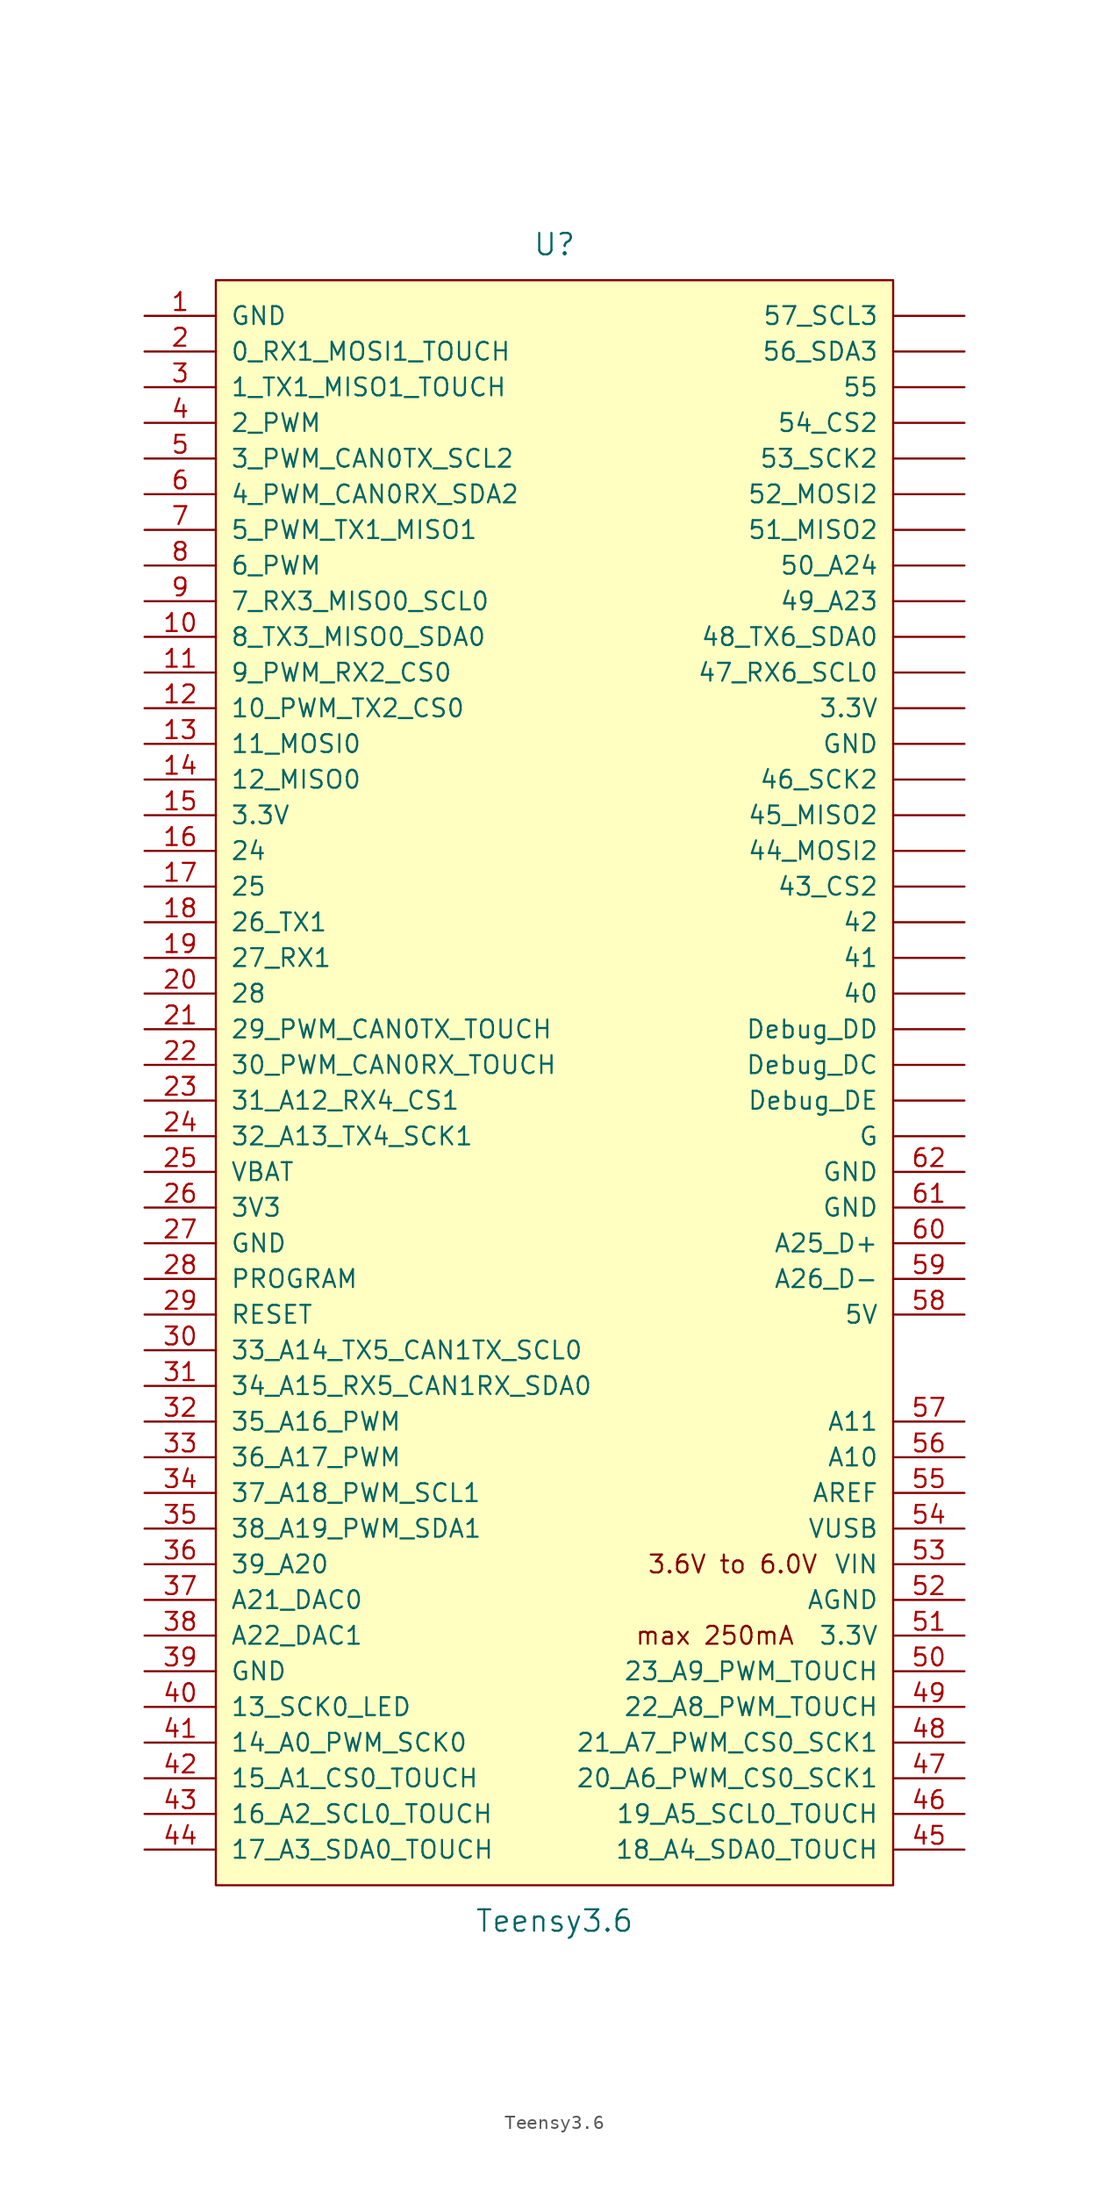
<source format=kicad_sym>
(kicad_symbol_lib
  (version 20211014)
  (generator kicad_symbol_editor)
  (symbol "Teensy3.6"
    (pin_names
      (offset 1.016))
    (property "Reference" "U"
      (at 0 59.69 0)
      (effects (font (size 1.524 1.524))))
    (property "Value" "Teensy3.6"
      (at 0 -59.69 0)
      (effects (font (size 1.524 1.524))))
    (property "Footprint" ""
      (at 0 1.27 0)
      (effects (font (size 1.524 1.524))))
    (property "Datasheet" ""
      (at 0 1.27 0)
      (effects (font (size 1.524 1.524))))
    (symbol "Teensy3.6_0_0"
      (rectangle (start -24.13 57.15) (end 24.13 -57.15) (stroke (width 0) (type default) (color 0 0 0 0)) (fill (type background)))
      (text "3.6V to 6.0V" (at 12.7 -34.29 0) (effects (font (size 1.27 1.27))))
      (text "max 250mA" (at 11.43 -39.37 0) (effects (font (size 1.27 1.27)))))
    (symbol "Teensy3.6_1_1"
      (pin power_in line (at -29.21 54.61 0) (length 5.08) (name "GND" (effects (font (size 1.27 1.27)))) (number "1" (effects (font (size 1.27 1.27)))))
      (pin bidirectional line (at -29.21 31.75 0) (length 5.08) (name "8_TX3_MISO0_SDA0" (effects (font (size 1.27 1.27)))) (number "10" (effects (font (size 1.27 1.27)))))
      (pin bidirectional line (at -29.21 29.21 0) (length 5.08) (name "9_PWM_RX2_CS0" (effects (font (size 1.27 1.27)))) (number "11" (effects (font (size 1.27 1.27)))))
      (pin bidirectional line (at -29.21 26.67 0) (length 5.08) (name "10_PWM_TX2_CS0" (effects (font (size 1.27 1.27)))) (number "12" (effects (font (size 1.27 1.27)))))
      (pin bidirectional line (at -29.21 24.13 0) (length 5.08) (name "11_MOSI0" (effects (font (size 1.27 1.27)))) (number "13" (effects (font (size 1.27 1.27)))))
      (pin bidirectional line (at -29.21 21.59 0) (length 5.08) (name "12_MISO0" (effects (font (size 1.27 1.27)))) (number "14" (effects (font (size 1.27 1.27)))))
      (pin power_in line (at -29.21 19.05 0) (length 5.08) (name "3.3V" (effects (font (size 1.27 1.27)))) (number "15" (effects (font (size 1.27 1.27)))))
      (pin bidirectional line (at -29.21 16.51 0) (length 5.08) (name "24" (effects (font (size 1.27 1.27)))) (number "16" (effects (font (size 1.27 1.27)))))
      (pin bidirectional line (at -29.21 13.97 0) (length 5.08) (name "25" (effects (font (size 1.27 1.27)))) (number "17" (effects (font (size 1.27 1.27)))))
      (pin bidirectional line (at -29.21 11.43 0) (length 5.08) (name "26_TX1" (effects (font (size 1.27 1.27)))) (number "18" (effects (font (size 1.27 1.27)))))
      (pin bidirectional line (at -29.21 8.89 0) (length 5.08) (name "27_RX1" (effects (font (size 1.27 1.27)))) (number "19" (effects (font (size 1.27 1.27)))))
      (pin bidirectional line (at -29.21 52.07 0) (length 5.08) (name "0_RX1_MOSI1_TOUCH" (effects (font (size 1.27 1.27)))) (number "2" (effects (font (size 1.27 1.27)))))
      (pin bidirectional line (at -29.21 6.35 0) (length 5.08) (name "28" (effects (font (size 1.27 1.27)))) (number "20" (effects (font (size 1.27 1.27)))))
      (pin bidirectional line (at -29.21 3.81 0) (length 5.08) (name "29_PWM_CAN0TX_TOUCH" (effects (font (size 1.27 1.27)))) (number "21" (effects (font (size 1.27 1.27)))))
      (pin bidirectional line (at -29.21 1.27 0) (length 5.08) (name "30_PWM_CAN0RX_TOUCH" (effects (font (size 1.27 1.27)))) (number "22" (effects (font (size 1.27 1.27)))))
      (pin bidirectional line (at -29.21 -1.27 0) (length 5.08) (name "31_A12_RX4_CS1" (effects (font (size 1.27 1.27)))) (number "23" (effects (font (size 1.27 1.27)))))
      (pin bidirectional line (at -29.21 -3.81 0) (length 5.08) (name "32_A13_TX4_SCK1" (effects (font (size 1.27 1.27)))) (number "24" (effects (font (size 1.27 1.27)))))
      (pin power_in line (at -29.21 -6.35 0) (length 5.08) (name "VBAT" (effects (font (size 1.27 1.27)))) (number "25" (effects (font (size 1.27 1.27)))))
      (pin power_in line (at -29.21 -8.89 0) (length 5.08) (name "3V3" (effects (font (size 1.27 1.27)))) (number "26" (effects (font (size 1.27 1.27)))))
      (pin power_in line (at -29.21 -11.43 0) (length 5.08) (name "GND" (effects (font (size 1.27 1.27)))) (number "27" (effects (font (size 1.27 1.27)))))
      (pin input line (at -29.21 -13.97 0) (length 5.08) (name "PROGRAM" (effects (font (size 1.27 1.27)))) (number "28" (effects (font (size 1.27 1.27)))))
      (pin input line (at -29.21 -16.51 0) (length 5.08) (name "RESET" (effects (font (size 1.27 1.27)))) (number "29" (effects (font (size 1.27 1.27)))))
      (pin bidirectional line (at -29.21 49.53 0) (length 5.08) (name "1_TX1_MISO1_TOUCH" (effects (font (size 1.27 1.27)))) (number "3" (effects (font (size 1.27 1.27)))))
      (pin bidirectional line (at -29.21 -19.05 0) (length 5.08) (name "33_A14_TX5_CAN1TX_SCL0" (effects (font (size 1.27 1.27)))) (number "30" (effects (font (size 1.27 1.27)))))
      (pin bidirectional line (at -29.21 -21.59 0) (length 5.08) (name "34_A15_RX5_CAN1RX_SDA0" (effects (font (size 1.27 1.27)))) (number "31" (effects (font (size 1.27 1.27)))))
      (pin bidirectional line (at -29.21 -24.13 0) (length 5.08) (name "35_A16_PWM" (effects (font (size 1.27 1.27)))) (number "32" (effects (font (size 1.27 1.27)))))
      (pin bidirectional line (at -29.21 -26.67 0) (length 5.08) (name "36_A17_PWM" (effects (font (size 1.27 1.27)))) (number "33" (effects (font (size 1.27 1.27)))))
      (pin bidirectional line (at -29.21 -29.21 0) (length 5.08) (name "37_A18_PWM_SCL1" (effects (font (size 1.27 1.27)))) (number "34" (effects (font (size 1.27 1.27)))))
      (pin bidirectional line (at -29.21 -31.75 0) (length 5.08) (name "38_A19_PWM_SDA1" (effects (font (size 1.27 1.27)))) (number "35" (effects (font (size 1.27 1.27)))))
      (pin bidirectional line (at -29.21 -34.29 0) (length 5.08) (name "39_A20" (effects (font (size 1.27 1.27)))) (number "36" (effects (font (size 1.27 1.27)))))
      (pin bidirectional line (at -29.21 -36.83 0) (length 5.08) (name "A21_DAC0" (effects (font (size 1.27 1.27)))) (number "37" (effects (font (size 1.27 1.27)))))
      (pin bidirectional line (at -29.21 -39.37 0) (length 5.08) (name "A22_DAC1" (effects (font (size 1.27 1.27)))) (number "38" (effects (font (size 1.27 1.27)))))
      (pin power_in line (at -29.21 -41.91 0) (length 5.08) (name "GND" (effects (font (size 1.27 1.27)))) (number "39" (effects (font (size 1.27 1.27)))))
      (pin bidirectional line (at -29.21 46.99 0) (length 5.08) (name "2_PWM" (effects (font (size 1.27 1.27)))) (number "4" (effects (font (size 1.27 1.27)))))
      (pin bidirectional line (at -29.21 -44.45 0) (length 5.08) (name "13_SCK0_LED" (effects (font (size 1.27 1.27)))) (number "40" (effects (font (size 1.27 1.27)))))
      (pin bidirectional line (at -29.21 -46.99 0) (length 5.08) (name "14_A0_PWM_SCK0" (effects (font (size 1.27 1.27)))) (number "41" (effects (font (size 1.27 1.27)))))
      (pin bidirectional line (at -29.21 -49.53 0) (length 5.08) (name "15_A1_CS0_TOUCH" (effects (font (size 1.27 1.27)))) (number "42" (effects (font (size 1.27 1.27)))))
      (pin bidirectional line (at -29.21 -52.07 0) (length 5.08) (name "16_A2_SCL0_TOUCH" (effects (font (size 1.27 1.27)))) (number "43" (effects (font (size 1.27 1.27)))))
      (pin bidirectional line (at -29.21 -54.61 0) (length 5.08) (name "17_A3_SDA0_TOUCH" (effects (font (size 1.27 1.27)))) (number "44" (effects (font (size 1.27 1.27)))))
      (pin bidirectional line (at 29.21 -54.61 180) (length 5.08) (name "18_A4_SDA0_TOUCH" (effects (font (size 1.27 1.27)))) (number "45" (effects (font (size 1.27 1.27)))))
      (pin bidirectional line (at 29.21 -52.07 180) (length 5.08) (name "19_A5_SCL0_TOUCH" (effects (font (size 1.27 1.27)))) (number "46" (effects (font (size 1.27 1.27)))))
      (pin bidirectional line (at 29.21 -49.53 180) (length 5.08) (name "20_A6_PWM_CS0_SCK1" (effects (font (size 1.27 1.27)))) (number "47" (effects (font (size 1.27 1.27)))))
      (pin bidirectional line (at 29.21 -46.99 180) (length 5.08) (name "21_A7_PWM_CS0_SCK1" (effects (font (size 1.27 1.27)))) (number "48" (effects (font (size 1.27 1.27)))))
      (pin bidirectional line (at 29.21 -44.45 180) (length 5.08) (name "22_A8_PWM_TOUCH" (effects (font (size 1.27 1.27)))) (number "49" (effects (font (size 1.27 1.27)))))
      (pin bidirectional line (at -29.21 44.45 0) (length 5.08) (name "3_PWM_CAN0TX_SCL2" (effects (font (size 1.27 1.27)))) (number "5" (effects (font (size 1.27 1.27)))))
      (pin bidirectional line (at 29.21 -41.91 180) (length 5.08) (name "23_A9_PWM_TOUCH" (effects (font (size 1.27 1.27)))) (number "50" (effects (font (size 1.27 1.27)))))
      (pin power_out line (at 29.21 -39.37 180) (length 5.08) (name "3.3V" (effects (font (size 1.27 1.27)))) (number "51" (effects (font (size 1.27 1.27)))))
      (pin power_out line (at 29.21 -36.83 180) (length 5.08) (name "AGND" (effects (font (size 1.27 1.27)))) (number "52" (effects (font (size 1.27 1.27)))))
      (pin power_in line (at 29.21 -34.29 180) (length 5.08) (name "VIN" (effects (font (size 1.27 1.27)))) (number "53" (effects (font (size 1.27 1.27)))))
      (pin power_in line (at 29.21 -31.75 180) (length 5.08) (name "VUSB" (effects (font (size 1.27 1.27)))) (number "54" (effects (font (size 1.27 1.27)))))
      (pin input line (at 29.21 -29.21 180) (length 5.08) (name "AREF" (effects (font (size 1.27 1.27)))) (number "55" (effects (font (size 1.27 1.27)))))
      (pin bidirectional line (at 29.21 -26.67 180) (length 5.08) (name "A10" (effects (font (size 1.27 1.27)))) (number "56" (effects (font (size 1.27 1.27)))))
      (pin bidirectional line (at 29.21 -24.13 180) (length 5.08) (name "A11" (effects (font (size 1.27 1.27)))) (number "57" (effects (font (size 1.27 1.27)))))
      (pin power_in line (at 29.21 -16.51 180) (length 5.08) (name "5V" (effects (font (size 1.27 1.27)))) (number "58" (effects (font (size 1.27 1.27)))))
      (pin bidirectional line (at 29.21 -13.97 180) (length 5.08) (name "A26_D-" (effects (font (size 1.27 1.27)))) (number "59" (effects (font (size 1.27 1.27)))))
      (pin bidirectional line (at -29.21 41.91 0) (length 5.08) (name "4_PWM_CAN0RX_SDA2" (effects (font (size 1.27 1.27)))) (number "6" (effects (font (size 1.27 1.27)))))
      (pin bidirectional line (at 29.21 -11.43 180) (length 5.08) (name "A25_D+" (effects (font (size 1.27 1.27)))) (number "60" (effects (font (size 1.27 1.27)))))
      (pin power_in line (at 29.21 -8.89 180) (length 5.08) (name "GND" (effects (font (size 1.27 1.27)))) (number "61" (effects (font (size 1.27 1.27)))))
      (pin power_in line (at 29.21 -6.35 180) (length 5.08) (name "GND" (effects (font (size 1.27 1.27)))) (number "62" (effects (font (size 1.27 1.27)))))
      (pin bidirectional line (at -29.21 39.37 0) (length 5.08) (name "5_PWM_TX1_MISO1" (effects (font (size 1.27 1.27)))) (number "7" (effects (font (size 1.27 1.27)))))
      (pin bidirectional line (at -29.21 36.83 0) (length 5.08) (name "6_PWM" (effects (font (size 1.27 1.27)))) (number "8" (effects (font (size 1.27 1.27)))))
      (pin bidirectional line (at -29.21 34.29 0) (length 5.08) (name "7_RX3_MISO0_SCL0" (effects (font (size 1.27 1.27)))) (number "9" (effects (font (size 1.27 1.27)))))
      (pin power_in line (at 29.21 26.67 180) (length 5.08) (name "3.3V" (effects (font (size 1.27 1.27)))) (number "~" (effects (font (size 1.27 1.27)))))
      (pin bidirectional line (at 29.21 6.35 180) (length 5.08) (name "40" (effects (font (size 1.27 1.27)))) (number "~" (effects (font (size 1.27 1.27)))))
      (pin bidirectional line (at 29.21 8.89 180) (length 5.08) (name "41" (effects (font (size 1.27 1.27)))) (number "~" (effects (font (size 1.27 1.27)))))
      (pin bidirectional line (at 29.21 11.43 180) (length 5.08) (name "42" (effects (font (size 1.27 1.27)))) (number "~" (effects (font (size 1.27 1.27)))))
      (pin bidirectional line (at 29.21 13.97 180) (length 5.08) (name "43_CS2" (effects (font (size 1.27 1.27)))) (number "~" (effects (font (size 1.27 1.27)))))
      (pin bidirectional line (at 29.21 16.51 180) (length 5.08) (name "44_MOSI2" (effects (font (size 1.27 1.27)))) (number "~" (effects (font (size 1.27 1.27)))))
      (pin bidirectional line (at 29.21 19.05 180) (length 5.08) (name "45_MISO2" (effects (font (size 1.27 1.27)))) (number "~" (effects (font (size 1.27 1.27)))))
      (pin bidirectional line (at 29.21 21.59 180) (length 5.08) (name "46_SCK2" (effects (font (size 1.27 1.27)))) (number "~" (effects (font (size 1.27 1.27)))))
      (pin bidirectional line (at 29.21 29.21 180) (length 5.08) (name "47_RX6_SCL0" (effects (font (size 1.27 1.27)))) (number "~" (effects (font (size 1.27 1.27)))))
      (pin bidirectional line (at 29.21 31.75 180) (length 5.08) (name "48_TX6_SDA0" (effects (font (size 1.27 1.27)))) (number "~" (effects (font (size 1.27 1.27)))))
      (pin bidirectional line (at 29.21 34.29 180) (length 5.08) (name "49_A23" (effects (font (size 1.27 1.27)))) (number "~" (effects (font (size 1.27 1.27)))))
      (pin bidirectional line (at 29.21 36.83 180) (length 5.08) (name "50_A24" (effects (font (size 1.27 1.27)))) (number "~" (effects (font (size 1.27 1.27)))))
      (pin bidirectional line (at 29.21 39.37 180) (length 5.08) (name "51_MISO2" (effects (font (size 1.27 1.27)))) (number "~" (effects (font (size 1.27 1.27)))))
      (pin bidirectional line (at 29.21 41.91 180) (length 5.08) (name "52_MOSI2" (effects (font (size 1.27 1.27)))) (number "~" (effects (font (size 1.27 1.27)))))
      (pin bidirectional line (at 29.21 44.45 180) (length 5.08) (name "53_SCK2" (effects (font (size 1.27 1.27)))) (number "~" (effects (font (size 1.27 1.27)))))
      (pin bidirectional line (at 29.21 46.99 180) (length 5.08) (name "54_CS2" (effects (font (size 1.27 1.27)))) (number "~" (effects (font (size 1.27 1.27)))))
      (pin bidirectional line (at 29.21 49.53 180) (length 5.08) (name "55" (effects (font (size 1.27 1.27)))) (number "~" (effects (font (size 1.27 1.27)))))
      (pin bidirectional line (at 29.21 52.07 180) (length 5.08) (name "56_SDA3" (effects (font (size 1.27 1.27)))) (number "~" (effects (font (size 1.27 1.27)))))
      (pin bidirectional line (at 29.21 54.61 180) (length 5.08) (name "57_SCL3" (effects (font (size 1.27 1.27)))) (number "~" (effects (font (size 1.27 1.27)))))
      (pin input line (at 29.21 1.27 180) (length 5.08) (name "Debug_DC" (effects (font (size 1.27 1.27)))) (number "~" (effects (font (size 1.27 1.27)))))
      (pin input line (at 29.21 3.81 180) (length 5.08) (name "Debug_DD" (effects (font (size 1.27 1.27)))) (number "~" (effects (font (size 1.27 1.27)))))
      (pin input line (at 29.21 -1.27 180) (length 5.08) (name "Debug_DE" (effects (font (size 1.27 1.27)))) (number "~" (effects (font (size 1.27 1.27)))))
      (pin power_in line (at 29.21 -3.81 180) (length 5.08) (name "G" (effects (font (size 1.27 1.27)))) (number "~" (effects (font (size 1.27 1.27)))))
      (pin power_in line (at 29.21 24.13 180) (length 5.08) (name "GND" (effects (font (size 1.27 1.27)))) (number "~" (effects (font (size 1.27 1.27))))))))
</source>
